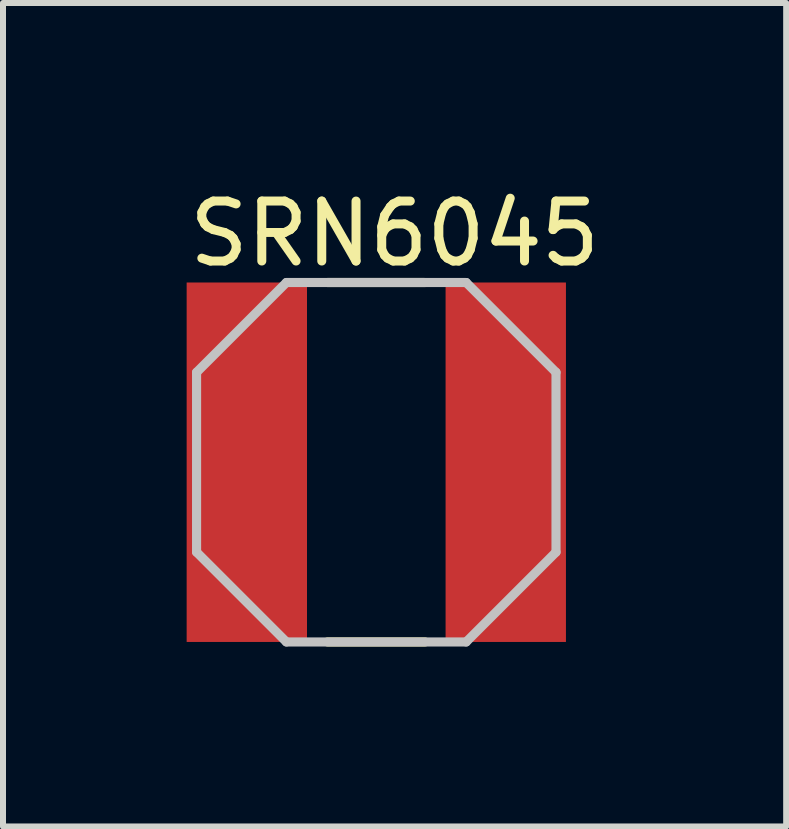
<source format=kicad_pcb>
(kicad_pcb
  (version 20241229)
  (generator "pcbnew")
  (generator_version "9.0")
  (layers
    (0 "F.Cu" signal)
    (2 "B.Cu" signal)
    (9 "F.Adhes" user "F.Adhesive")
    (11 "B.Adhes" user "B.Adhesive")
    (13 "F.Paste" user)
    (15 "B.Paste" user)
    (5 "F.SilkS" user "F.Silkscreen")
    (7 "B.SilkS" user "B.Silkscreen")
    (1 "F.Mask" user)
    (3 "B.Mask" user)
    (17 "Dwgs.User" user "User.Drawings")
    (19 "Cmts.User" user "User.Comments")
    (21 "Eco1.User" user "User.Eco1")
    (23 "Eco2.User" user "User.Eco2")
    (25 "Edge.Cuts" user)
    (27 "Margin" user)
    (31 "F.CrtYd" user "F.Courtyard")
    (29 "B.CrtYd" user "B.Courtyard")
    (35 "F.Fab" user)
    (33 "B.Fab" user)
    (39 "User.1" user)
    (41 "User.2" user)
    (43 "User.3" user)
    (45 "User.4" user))
  (footprint "SRN6045"
    (layer "F.Cu")
    (at 3.225 4.658)
    (property "Reference" "SRN6045" (at 0.305 -3.81 0) (layer "F.SilkS") (effects (font (size 1 1) (thickness 0.15))))
    (attr smd)
    (fp_line (start -0.813 2.997) (end 0.813 2.997) (stroke (width 0.152) (type solid)) (layer "F.SilkS"))
    (fp_line (start 0.813 -2.997) (end -0.813 -2.997) (stroke (width 0.152) (type solid)) (layer "F.SilkS"))
    (fp_line (start -2.997 -1.499) (end -2.997 1.499) (stroke (width 0.152) (type solid)) (layer "Dwgs.User"))
    (fp_line (start -2.997 1.499) (end -1.499 2.997) (stroke (width 0.152) (type solid)) (layer "Dwgs.User"))
    (fp_line (start -1.499 -2.997) (end -2.997 -1.499) (stroke (width 0.152) (type solid)) (layer "Dwgs.User"))
    (fp_line (start -1.499 2.997) (end 1.499 2.997) (stroke (width 0.152) (type solid)) (layer "Dwgs.User"))
    (fp_line (start 1.499 -2.997) (end -1.499 -2.997) (stroke (width 0.152) (type solid)) (layer "Dwgs.User"))
    (fp_line (start 1.499 2.997) (end 2.997 1.499) (stroke (width 0.152) (type solid)) (layer "Dwgs.User"))
    (fp_line (start 2.997 -1.499) (end 1.499 -2.997) (stroke (width 0.152) (type solid)) (layer "Dwgs.User"))
    (fp_line (start 2.997 1.499) (end 2.997 -1.499) (stroke (width 0.152) (type solid)) (layer "Dwgs.User"))
    (pad "1" smd rect (at -2.159 0) (size 2.007 5.994) (layers "F.Cu" "F.Mask" "F.Paste"))
    (pad "2" smd rect (at 2.159 0) (size 2.007 5.994) (layers "F.Cu" "F.Mask" "F.Paste")))
  (gr_rect
    (start -3 -3)
    (end 10.06 10.732)
    (stroke (width 0.1) (type default))
    (fill no)
    (layer "Edge.Cuts")))
</source>
